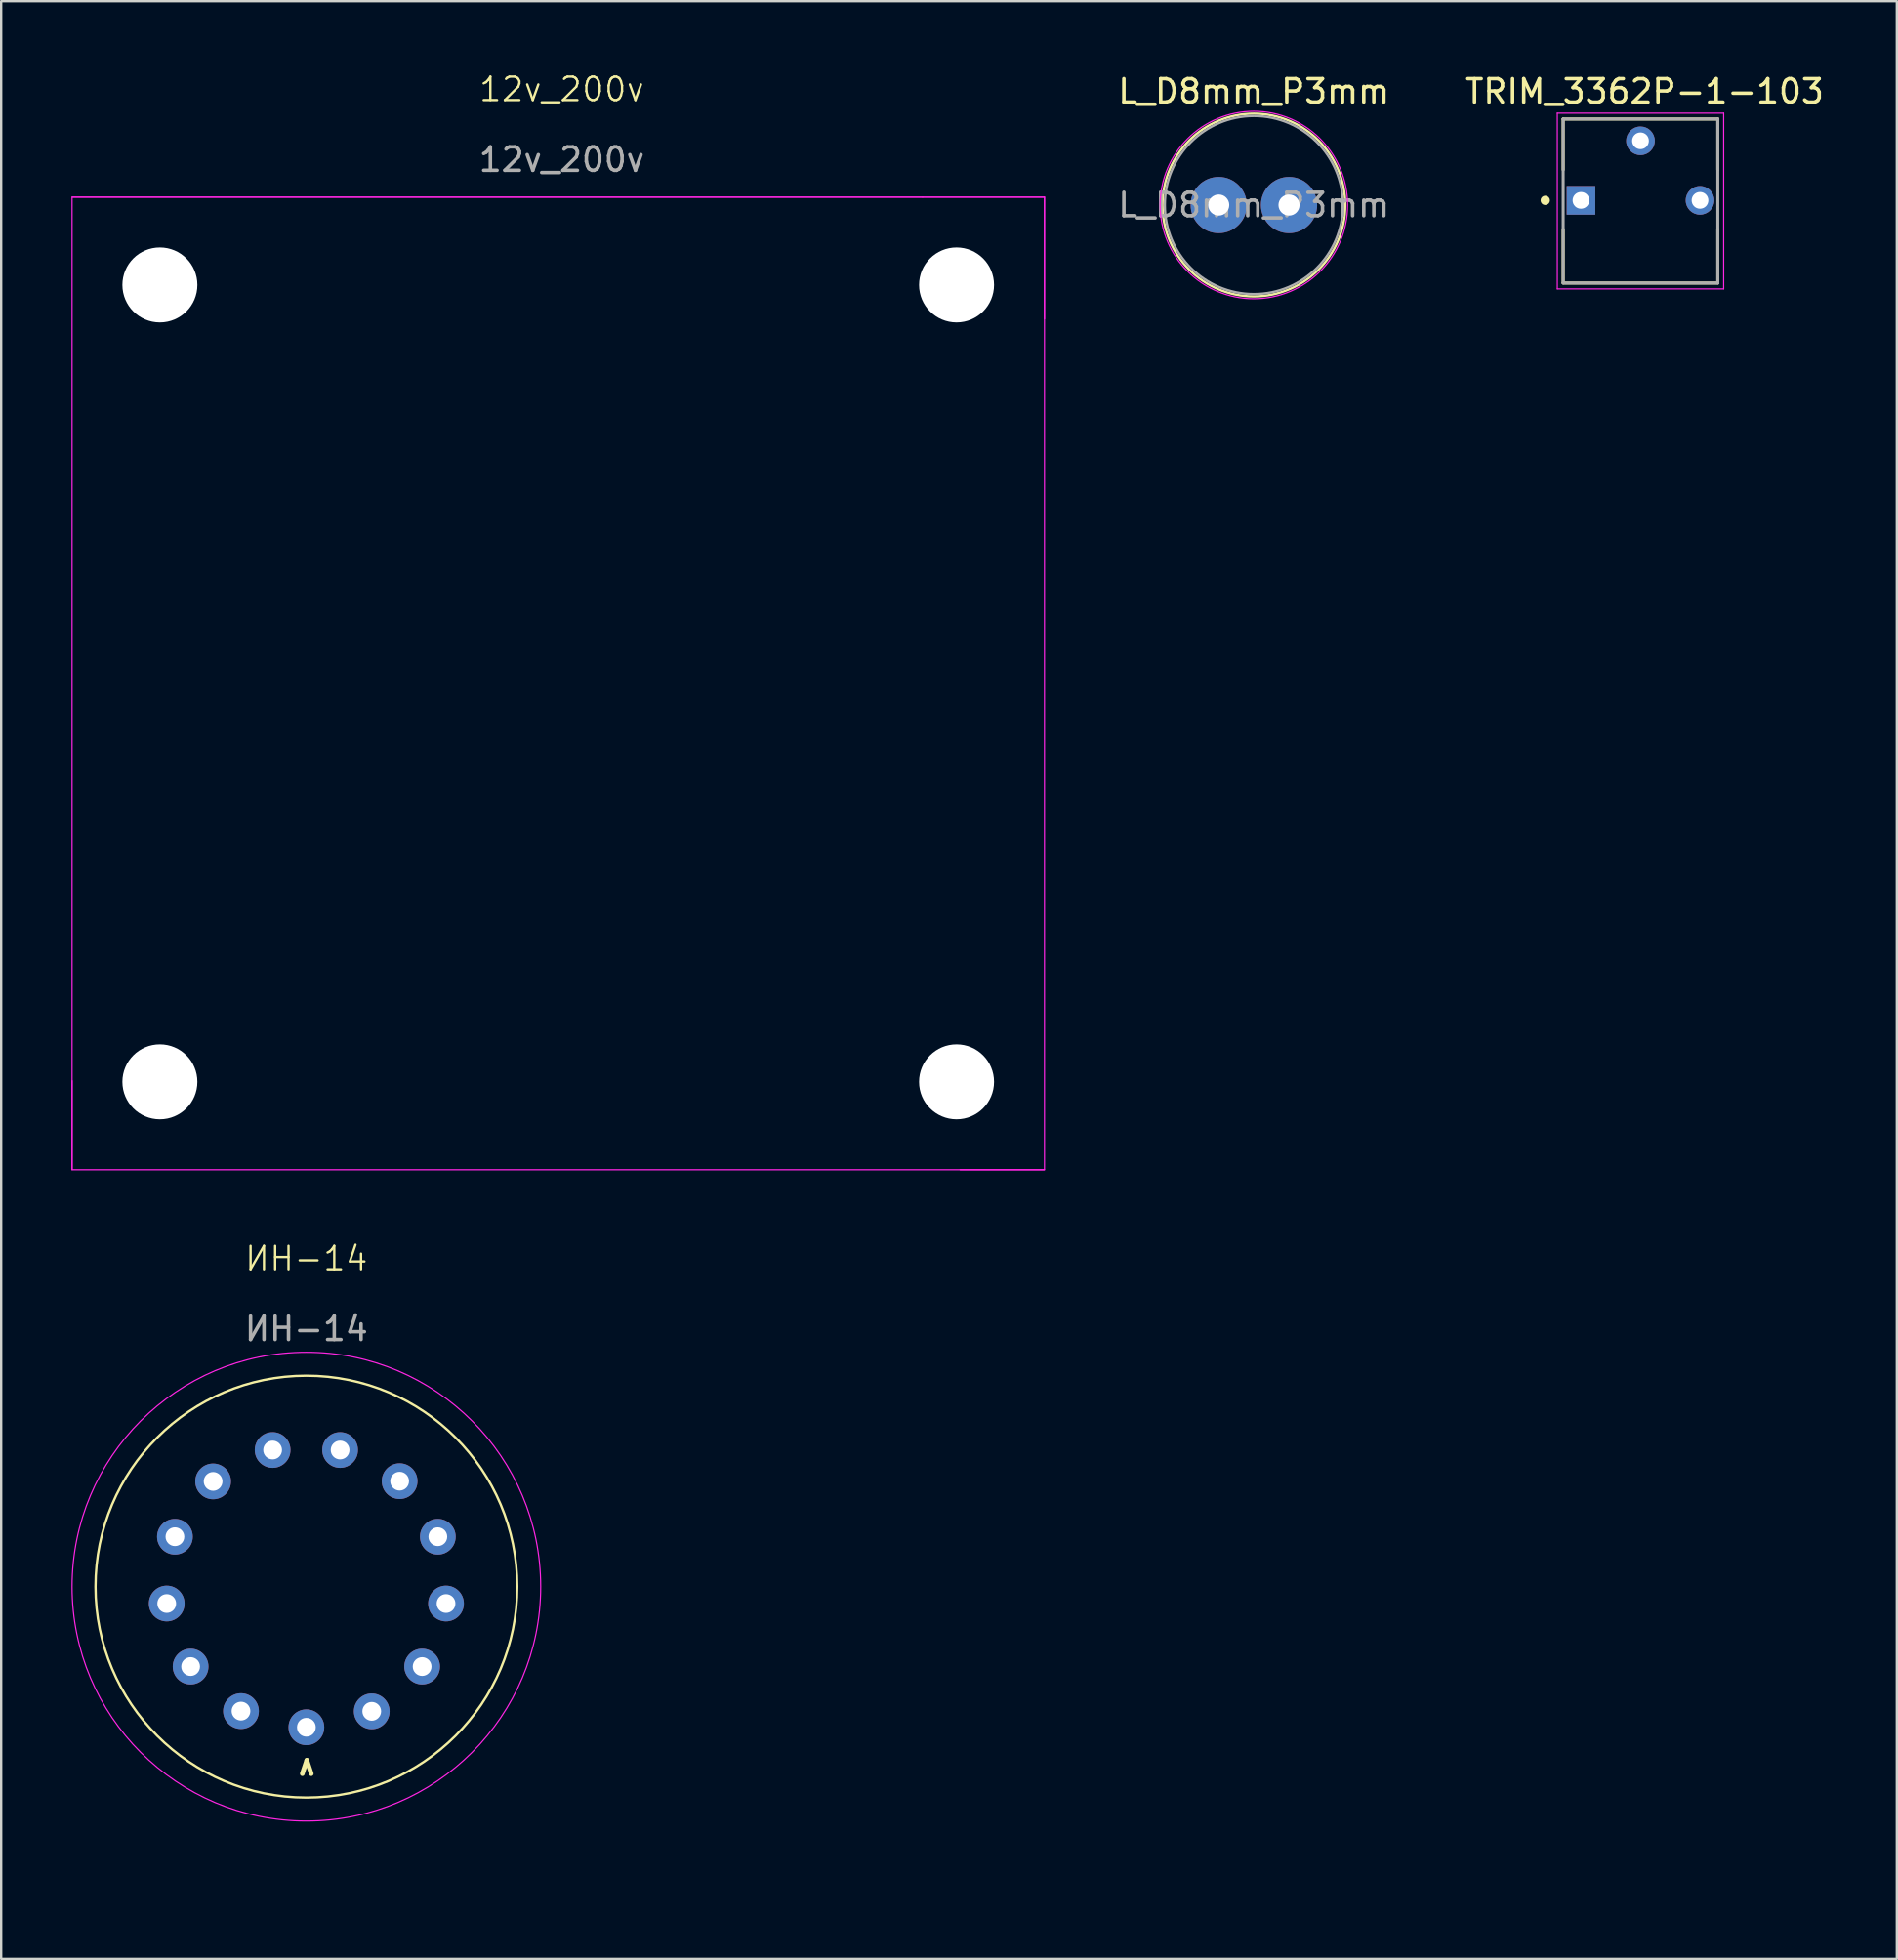
<source format=kicad_pcb>
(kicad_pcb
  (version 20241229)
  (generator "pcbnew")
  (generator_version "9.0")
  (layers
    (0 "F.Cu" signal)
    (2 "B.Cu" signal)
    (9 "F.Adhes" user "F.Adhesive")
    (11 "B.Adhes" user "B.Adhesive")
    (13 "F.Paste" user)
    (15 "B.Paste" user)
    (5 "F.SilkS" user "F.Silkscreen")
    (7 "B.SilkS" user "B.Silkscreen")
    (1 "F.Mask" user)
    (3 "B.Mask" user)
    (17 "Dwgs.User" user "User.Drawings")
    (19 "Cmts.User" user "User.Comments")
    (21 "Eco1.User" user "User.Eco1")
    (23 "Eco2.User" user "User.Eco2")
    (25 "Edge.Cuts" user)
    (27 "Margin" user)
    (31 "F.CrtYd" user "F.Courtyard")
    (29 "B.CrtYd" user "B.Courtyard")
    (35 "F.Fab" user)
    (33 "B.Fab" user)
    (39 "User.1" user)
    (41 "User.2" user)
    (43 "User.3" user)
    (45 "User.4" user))
  (footprint "ИН-14"
    (layer "F.Cu")
    (at 10.025 53.646)
    (property "Reference" "ИН-14" (at 0 -3 0) (unlocked yes) (layer "F.SilkS") (effects (font (size 1 1) (thickness 0.1))))
    (attr through_hole)
    (fp_circle (center 0 11) (end 0 20) (stroke (width 0.1) (type default)) (fill no) (layer "F.SilkS"))
    (fp_circle (center 0 11) (end 0 21) (stroke (width 0.05) (type default)) (fill no) (layer "F.CrtYd"))
    (fp_line (start 0 20.5) (end 0 20.5) (stroke (width 0.1) (type default)) (layer "User.9"))
    (fp_line (start 0 23.5) (end 0 23.5) (stroke (width 0.1) (type default)) (layer "User.9"))
    (fp_text user "^" (at -0.4 23.1 0) (unlocked yes) (layer "F.SilkS") (effects (font (size 4 1) (thickness 0.2) (bold yes)) (justify left bottom)))
    (fp_text user "${REFERENCE}" (at 0 0 0) (unlocked yes) (layer "F.Fab") (effects (font (size 1 1) (thickness 0.15))))
    (pad "1" thru_hole circle (at 0 17) (size 1.524 1.524) (drill 0.8) (layers "*.Cu" "*.Mask"))
    (pad "2" thru_hole circle (at 2.79 16.32) (size 1.524 1.524) (drill 0.8) (layers "*.Cu" "*.Mask"))
    (pad "3" thru_hole circle (at 4.94 14.41) (size 1.524 1.524) (drill 0.8) (layers "*.Cu" "*.Mask"))
    (pad "4" thru_hole circle (at 5.96 11.72) (size 1.524 1.524) (drill 0.8) (layers "*.Cu" "*.Mask"))
    (pad "5" thru_hole circle (at 5.61 8.87) (size 1.524 1.524) (drill 0.8) (layers "*.Cu" "*.Mask"))
    (pad "6" thru_hole circle (at 3.98 6.5) (size 1.524 1.524) (drill 0.8) (layers "*.Cu" "*.Mask"))
    (pad "7" thru_hole circle (at 1.44 5.17) (size 1.524 1.524) (drill 0.8) (layers "*.Cu" "*.Mask"))
    (pad "8" thru_hole circle (at -1.44 5.17) (size 1.524 1.524) (drill 0.8) (layers "*.Cu" "*.Mask"))
    (pad "9" thru_hole circle (at -3.98 6.51) (size 1.524 1.524) (drill 0.8) (layers "*.Cu" "*.Mask"))
    (pad "10" thru_hole circle (at -5.61 8.87) (size 1.524 1.524) (drill 0.8) (layers "*.Cu" "*.Mask"))
    (pad "11" thru_hole circle (at -5.96 11.72) (size 1.524 1.524) (drill 0.8) (layers "*.Cu" "*.Mask"))
    (pad "12" thru_hole circle (at -4.94 14.41) (size 1.524 1.524) (drill 0.8) (layers "*.Cu" "*.Mask"))
    (pad "13" thru_hole circle (at -2.79 16.31) (size 1.524 1.524) (drill 0.8) (layers "*.Cu" "*.Mask")))
  (footprint "L_D8mm_P3mm"
    (layer "F.Cu")
    (at 48.961 5.698)
    (property "Reference" "L_D8mm_P3mm" (at 1.5 -4.85 0) (layer "F.SilkS") (effects (font (size 1 1) (thickness 0.15))))
    (attr through_hole)
    (fp_circle (center 1.5 0) (end 1.5 3.9) (stroke (width 0.1) (type default)) (fill no) (layer "F.SilkS"))
    (fp_circle (center 1.5 0) (end 1.5 4) (stroke (width 0.05) (type default)) (fill no) (layer "F.CrtYd"))
    (fp_circle (center 1.5 0) (end 1.5 3.8) (stroke (width 0.1) (type default)) (fill no) (layer "F.Fab"))
    (fp_text user "${REFERENCE}" (at 1.5 0 0) (layer "F.Fab") (effects (font (size 1 1) (thickness 0.15))))
    (pad "1" thru_hole circle (at 0 0) (size 2.4 2.4) (drill 0.9) (layers "*.Cu" "*.Mask"))
    (pad "2" thru_hole circle (at 3 0) (size 2.4 2.4) (drill 0.9) (layers "*.Cu" "*.Mask")))
  (footprint "12v_200v"
    (layer "F.Cu")
    (at 20.925 1.26)
    (property "Reference" "12v_200v" (at 0 -0.5 0) (unlocked yes) (layer "F.SilkS") (effects (font (size 1 1) (thickness 0.1))))
    (attr through_hole)
    (fp_line (start -20.9 41.8) (end -20.9 45.6) (stroke (width 0.05) (type default)) (layer "F.CrtYd"))
    (fp_line (start 15.4 4.1) (end -20.9 4.1) (stroke (width 0.05) (type default)) (layer "F.CrtYd"))
    (fp_line (start 17 45.6) (end 20.6 45.6) (stroke (width 0.05) (type default)) (layer "F.CrtYd"))
    (fp_line (start 20.6 4.1) (end 15.4 4.1) (stroke (width 0.05) (type default)) (layer "F.CrtYd"))
    (fp_line (start 20.6 9.3) (end 20.6 4.1) (stroke (width 0.05) (type default)) (layer "F.CrtYd"))
    (fp_rect (start -20.9 4.1) (end 20.6 45.6) (stroke (width 0.05) (type default)) (fill no) (layer "F.CrtYd"))
    (fp_text user "${REFERENCE}" (at 0 2.5 0) (unlocked yes) (layer "F.Fab") (effects (font (size 1 1) (thickness 0.15))))
    (pad "" np_thru_hole circle (at -17.152 7.848) (size 3.2 3.2) (drill 3.2) (layers "*.Cu" "*.Mask"))
    (pad "" np_thru_hole circle (at -17.152 41.848) (size 3.2 3.2) (drill 3.2) (layers "*.Cu" "*.Mask"))
    (pad "" np_thru_hole circle (at 16.848 7.848) (size 3.2 3.2) (drill 3.2) (layers "*.Cu" "*.Mask"))
    (pad "" np_thru_hole circle (at 16.848 41.848) (size 3.2 3.2) (drill 3.2) (layers "*.Cu" "*.Mask")))
  (footprint "TRIM_3362P-1-103"
    (layer "F.Cu")
    (at 66.961 5.498)
    (property "Reference" "TRIM_3362P-1-103" (at 0.175 -4.648 0) (layer "F.SilkS") (effects (font (size 1.003 1.003) (thickness 0.15))))
    (attr through_hole)
    (fp_line (start -3.3 -3.47) (end 3.3 -3.47) (stroke (width 0.127) (type solid)) (layer "F.SilkS"))
    (fp_line (start -3.3 -1.305) (end -3.3 -3.47) (stroke (width 0.127) (type solid)) (layer "F.SilkS"))
    (fp_line (start -3.3 3.52) (end -3.3 1.235) (stroke (width 0.127) (type solid)) (layer "F.SilkS"))
    (fp_line (start 3.3 -3.47) (end 3.3 -1.305) (stroke (width 0.127) (type solid)) (layer "F.SilkS"))
    (fp_line (start 3.3 1.235) (end 3.3 3.52) (stroke (width 0.127) (type solid)) (layer "F.SilkS"))
    (fp_line (start 3.3 3.53) (end -3.3 3.53) (stroke (width 0.127) (type solid)) (layer "F.SilkS"))
    (fp_circle (center -4.064 0) (end -3.964 0) (stroke (width 0.2) (type solid)) (fill no) (layer "F.SilkS"))
    (fp_line (start -3.55 -3.72) (end 3.55 -3.72) (stroke (width 0.05) (type solid)) (layer "F.CrtYd"))
    (fp_line (start -3.55 3.78) (end -3.55 -3.72) (stroke (width 0.05) (type solid)) (layer "F.CrtYd"))
    (fp_line (start 3.55 -3.72) (end 3.55 3.78) (stroke (width 0.05) (type solid)) (layer "F.CrtYd"))
    (fp_line (start 3.55 3.78) (end -3.55 3.78) (stroke (width 0.05) (type solid)) (layer "F.CrtYd"))
    (fp_line (start -3.3 -3.47) (end 3.3 -3.47) (stroke (width 0.127) (type solid)) (layer "F.Fab"))
    (fp_line (start -3.3 3.53) (end -3.3 -3.47) (stroke (width 0.127) (type solid)) (layer "F.Fab"))
    (fp_line (start 3.3 -3.47) (end 3.3 3.53) (stroke (width 0.127) (type solid)) (layer "F.Fab"))
    (fp_line (start 3.3 3.53) (end -3.3 3.53) (stroke (width 0.127) (type solid)) (layer "F.Fab"))
    (pad "1" thru_hole rect (at -2.54 0) (size 1.222 1.222) (drill 0.714) (layers "*.Cu" "*.Mask"))
    (pad "2" thru_hole circle (at 0 -2.54) (size 1.222 1.222) (drill 0.714) (layers "*.Cu" "*.Mask"))
    (pad "3" thru_hole circle (at 2.54 0) (size 1.222 1.222) (drill 0.714) (layers "*.Cu" "*.Mask")))
  (gr_rect
    (start -3 -3)
    (end 77.901 80.528)
    (stroke (width 0.1) (type default))
    (fill no)
    (layer "Edge.Cuts")))
</source>
